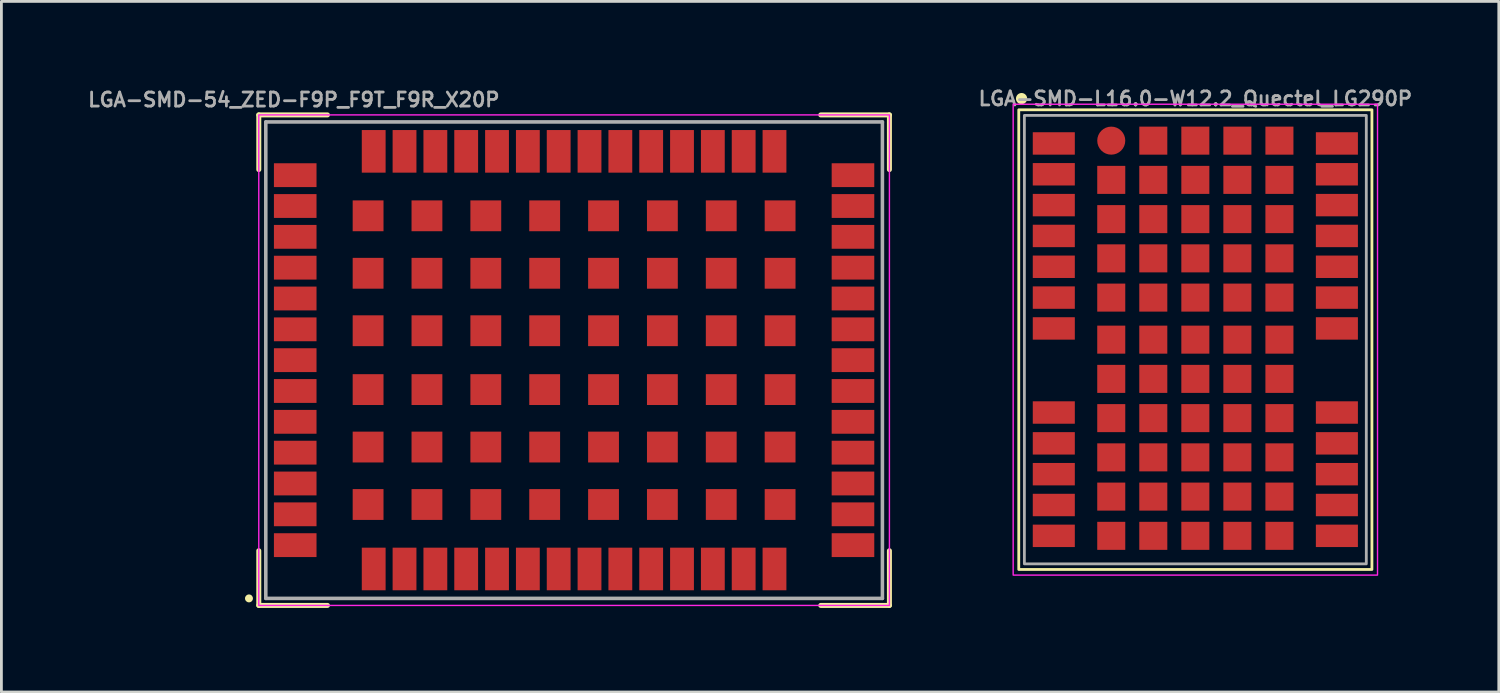
<source format=kicad_pcb>
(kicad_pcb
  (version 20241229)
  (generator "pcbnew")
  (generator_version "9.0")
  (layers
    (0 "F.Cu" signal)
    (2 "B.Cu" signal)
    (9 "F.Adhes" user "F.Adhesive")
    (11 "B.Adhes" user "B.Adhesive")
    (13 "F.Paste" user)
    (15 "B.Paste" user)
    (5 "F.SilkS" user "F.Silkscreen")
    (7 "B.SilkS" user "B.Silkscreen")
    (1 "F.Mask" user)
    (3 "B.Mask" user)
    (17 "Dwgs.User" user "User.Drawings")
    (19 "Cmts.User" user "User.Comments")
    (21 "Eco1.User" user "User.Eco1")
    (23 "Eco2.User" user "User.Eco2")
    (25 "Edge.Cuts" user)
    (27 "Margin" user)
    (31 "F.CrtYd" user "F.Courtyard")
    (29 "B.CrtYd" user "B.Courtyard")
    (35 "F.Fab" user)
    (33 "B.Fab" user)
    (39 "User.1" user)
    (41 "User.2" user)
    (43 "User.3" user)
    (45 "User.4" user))
  (footprint "LGA-SMD-L16.0-W12.2_Quectel_LG290P"
    (layer "F.Cu")
    (at 39.598 9.068)
    (property "Reference" "LGA-SMD-L16.0-W12.2_Quectel_LG290P" (at 0 -8.6 0) (layer "F.Fab") (effects (font (size 0.5 0.5) (thickness 0.1))))
    (attr smd)
    (fp_rect (start -6.3 -8.2) (end 6.3 8.2) (stroke (width 0.1) (type default)) (fill no) (layer "F.SilkS"))
    (fp_circle (center -6.2 -8.6) (end -6.3 -8.6) (stroke (width 0.2) (type solid)) (fill yes) (layer "F.SilkS"))
    (fp_rect (start -6.5 -8.4) (end 6.5 8.4) (stroke (width 0.05) (type default)) (fill no) (layer "F.CrtYd"))
    (fp_rect (start -6.1 -8) (end 6.1 8) (stroke (width 0.1) (type default)) (fill no) (layer "F.Fab"))
    (pad "1" smd rect (at -5.05 -7) (size 1.5 0.8) (layers "F.Cu" "F.Mask" "F.Paste"))
    (pad "2" smd rect (at -5.05 -5.9) (size 1.5 0.8) (layers "F.Cu" "F.Mask" "F.Paste"))
    (pad "3" smd rect (at -5.05 -4.8) (size 1.5 0.8) (layers "F.Cu" "F.Mask" "F.Paste"))
    (pad "4" smd rect (at -5.05 -3.7) (size 1.5 0.8) (layers "F.Cu" "F.Mask" "F.Paste"))
    (pad "5" smd rect (at -5.05 -2.6) (size 1.5 0.8) (layers "F.Cu" "F.Mask" "F.Paste"))
    (pad "6" smd rect (at -5.05 -1.5) (size 1.5 0.8) (layers "F.Cu" "F.Mask" "F.Paste"))
    (pad "7" smd rect (at -5.05 -0.4) (size 1.5 0.8) (layers "F.Cu" "F.Mask" "F.Paste"))
    (pad "8" smd rect (at -5.05 2.6) (size 1.5 0.8) (layers "F.Cu" "F.Mask" "F.Paste"))
    (pad "9" smd rect (at -5.05 3.7) (size 1.5 0.8) (layers "F.Cu" "F.Mask" "F.Paste"))
    (pad "10" smd rect (at -5.05 4.8) (size 1.5 0.8) (layers "F.Cu" "F.Mask" "F.Paste"))
    (pad "11" smd rect (at -5.05 5.9) (size 1.5 0.8) (layers "F.Cu" "F.Mask" "F.Paste"))
    (pad "12" smd rect (at -5.05 7) (size 1.5 0.8) (layers "F.Cu" "F.Mask" "F.Paste"))
    (pad "13" smd rect (at 5.05 7) (size 1.5 0.8) (layers "F.Cu" "F.Mask" "F.Paste"))
    (pad "14" smd rect (at 5.05 5.9) (size 1.5 0.8) (layers "F.Cu" "F.Mask" "F.Paste"))
    (pad "15" smd rect (at 5.05 4.8) (size 1.5 0.8) (layers "F.Cu" "F.Mask" "F.Paste"))
    (pad "16" smd rect (at 5.05 3.7) (size 1.5 0.8) (layers "F.Cu" "F.Mask" "F.Paste"))
    (pad "17" smd rect (at 5.05 2.6) (size 1.5 0.8) (layers "F.Cu" "F.Mask" "F.Paste"))
    (pad "18" smd rect (at 5.05 -0.4) (size 1.5 0.8) (layers "F.Cu" "F.Mask" "F.Paste"))
    (pad "19" smd rect (at 5.05 -1.5) (size 1.5 0.8) (layers "F.Cu" "F.Mask" "F.Paste"))
    (pad "20" smd rect (at 5.05 -2.6) (size 1.5 0.8) (layers "F.Cu" "F.Mask" "F.Paste"))
    (pad "21" smd rect (at 5.05 -3.7) (size 1.5 0.8) (layers "F.Cu" "F.Mask" "F.Paste"))
    (pad "22" smd rect (at 5.05 -4.8) (size 1.5 0.8) (layers "F.Cu" "F.Mask" "F.Paste"))
    (pad "23" smd rect (at 5.05 -5.9) (size 1.5 0.8) (layers "F.Cu" "F.Mask" "F.Paste"))
    (pad "24" smd rect (at 5.05 -7) (size 1.5 0.8) (layers "F.Cu" "F.Mask" "F.Paste"))
    (pad "25" smd circle (at -3 -7.1) (size 1 1) (layers "F.Cu" "F.Mask" "F.Paste"))
    (pad "25" smd rect (at -3 -5.7 180) (size 1 1) (layers "F.Cu" "F.Mask" "F.Paste"))
    (pad "25" smd rect (at -3 -4.3 180) (size 1 1) (layers "F.Cu" "F.Mask" "F.Paste"))
    (pad "25" smd rect (at -3 -2.9 180) (size 1 1) (layers "F.Cu" "F.Mask" "F.Paste"))
    (pad "25" smd rect (at -3 -1.5 180) (size 1 1) (layers "F.Cu" "F.Mask" "F.Paste"))
    (pad "25" smd rect (at -3 0) (size 1 1) (layers "F.Cu" "F.Mask" "F.Paste"))
    (pad "25" smd rect (at -3 1.4) (size 1 1) (layers "F.Cu" "F.Mask" "F.Paste"))
    (pad "25" smd rect (at -3 2.8) (size 1 1) (layers "F.Cu" "F.Mask" "F.Paste"))
    (pad "25" smd rect (at -3 4.2) (size 1 1) (layers "F.Cu" "F.Mask" "F.Paste"))
    (pad "25" smd rect (at -3 5.6) (size 1 1) (layers "F.Cu" "F.Mask" "F.Paste"))
    (pad "25" smd rect (at -3 7) (size 1 1) (layers "F.Cu" "F.Mask" "F.Paste"))
    (pad "25" smd rect (at -1.5 -7.1 180) (size 1 1) (layers "F.Cu" "F.Mask" "F.Paste"))
    (pad "25" smd rect (at -1.5 -5.7 180) (size 1 1) (layers "F.Cu" "F.Mask" "F.Paste"))
    (pad "25" smd rect (at -1.5 -4.3 180) (size 1 1) (layers "F.Cu" "F.Mask" "F.Paste"))
    (pad "25" smd rect (at -1.5 -2.9 180) (size 1 1) (layers "F.Cu" "F.Mask" "F.Paste"))
    (pad "25" smd rect (at -1.5 -1.5 180) (size 1 1) (layers "F.Cu" "F.Mask" "F.Paste"))
    (pad "25" smd rect (at -1.5 0) (size 1 1) (layers "F.Cu" "F.Mask" "F.Paste"))
    (pad "25" smd rect (at -1.5 1.4) (size 1 1) (layers "F.Cu" "F.Mask" "F.Paste"))
    (pad "25" smd rect (at -1.5 2.8) (size 1 1) (layers "F.Cu" "F.Mask" "F.Paste"))
    (pad "25" smd rect (at -1.5 4.2) (size 1 1) (layers "F.Cu" "F.Mask" "F.Paste"))
    (pad "25" smd rect (at -1.5 5.6) (size 1 1) (layers "F.Cu" "F.Mask" "F.Paste"))
    (pad "25" smd rect (at -1.5 7) (size 1 1) (layers "F.Cu" "F.Mask" "F.Paste"))
    (pad "25" smd rect (at 0 -7.1 180) (size 1 1) (layers "F.Cu" "F.Mask" "F.Paste"))
    (pad "25" smd rect (at 0 -5.7 180) (size 1 1) (layers "F.Cu" "F.Mask" "F.Paste"))
    (pad "25" smd rect (at 0 -4.3 180) (size 1 1) (layers "F.Cu" "F.Mask" "F.Paste"))
    (pad "25" smd rect (at 0 -2.9 180) (size 1 1) (layers "F.Cu" "F.Mask" "F.Paste"))
    (pad "25" smd rect (at 0 -1.5 180) (size 1 1) (layers "F.Cu" "F.Mask" "F.Paste"))
    (pad "25" smd rect (at 0 0) (size 1 1) (layers "F.Cu" "F.Mask" "F.Paste"))
    (pad "25" smd rect (at 0 1.4) (size 1 1) (layers "F.Cu" "F.Mask" "F.Paste"))
    (pad "25" smd rect (at 0 2.8) (size 1 1) (layers "F.Cu" "F.Mask" "F.Paste"))
    (pad "25" smd rect (at 0 4.2) (size 1 1) (layers "F.Cu" "F.Mask" "F.Paste"))
    (pad "25" smd rect (at 0 5.6) (size 1 1) (layers "F.Cu" "F.Mask" "F.Paste"))
    (pad "25" smd rect (at 0 7) (size 1 1) (layers "F.Cu" "F.Mask" "F.Paste"))
    (pad "25" smd rect (at 1.5 -7.1 180) (size 1 1) (layers "F.Cu" "F.Mask" "F.Paste"))
    (pad "25" smd rect (at 1.5 -5.7 180) (size 1 1) (layers "F.Cu" "F.Mask" "F.Paste"))
    (pad "25" smd rect (at 1.5 -4.3 180) (size 1 1) (layers "F.Cu" "F.Mask" "F.Paste"))
    (pad "25" smd rect (at 1.5 -2.9 180) (size 1 1) (layers "F.Cu" "F.Mask" "F.Paste"))
    (pad "25" smd rect (at 1.5 -1.5 180) (size 1 1) (layers "F.Cu" "F.Mask" "F.Paste"))
    (pad "25" smd rect (at 1.5 0) (size 1 1) (layers "F.Cu" "F.Mask" "F.Paste"))
    (pad "25" smd rect (at 1.5 1.4) (size 1 1) (layers "F.Cu" "F.Mask" "F.Paste"))
    (pad "25" smd rect (at 1.5 2.8) (size 1 1) (layers "F.Cu" "F.Mask" "F.Paste"))
    (pad "25" smd rect (at 1.5 4.2) (size 1 1) (layers "F.Cu" "F.Mask" "F.Paste"))
    (pad "25" smd rect (at 1.5 5.6) (size 1 1) (layers "F.Cu" "F.Mask" "F.Paste"))
    (pad "25" smd rect (at 1.5 7) (size 1 1) (layers "F.Cu" "F.Mask" "F.Paste"))
    (pad "25" smd rect (at 3 -7.1 180) (size 1 1) (layers "F.Cu" "F.Mask" "F.Paste"))
    (pad "25" smd rect (at 3 -5.7 180) (size 1 1) (layers "F.Cu" "F.Mask" "F.Paste"))
    (pad "25" smd rect (at 3 -4.3 180) (size 1 1) (layers "F.Cu" "F.Mask" "F.Paste"))
    (pad "25" smd rect (at 3 -2.9 180) (size 1 1) (layers "F.Cu" "F.Mask" "F.Paste"))
    (pad "25" smd rect (at 3 -1.5 180) (size 1 1) (layers "F.Cu" "F.Mask" "F.Paste"))
    (pad "25" smd rect (at 3 0) (size 1 1) (layers "F.Cu" "F.Mask" "F.Paste"))
    (pad "25" smd rect (at 3 1.4) (size 1 1) (layers "F.Cu" "F.Mask" "F.Paste"))
    (pad "25" smd rect (at 3 2.8) (size 1 1) (layers "F.Cu" "F.Mask" "F.Paste"))
    (pad "25" smd rect (at 3 4.2) (size 1 1) (layers "F.Cu" "F.Mask" "F.Paste"))
    (pad "25" smd rect (at 3 5.6) (size 1 1) (layers "F.Cu" "F.Mask" "F.Paste"))
    (pad "25" smd rect (at 3 7) (size 1 1) (layers "F.Cu" "F.Mask" "F.Paste")))
  (footprint "LGA-SMD-54_ZED-F9P_F9T_F9R_X20P"
    (layer "F.Cu")
    (at 17.433 9.8)
    (property "Reference" "LGA-SMD-54_ZED-F9P_F9T_F9R_X20P" (at -10 -9 0) (layer "F.Fab") (effects (font (size 0.5 0.5) (thickness 0.1) (bold yes)) (justify bottom)))
    (attr smd)
    (fp_line (start -11.25 -8.75) (end -8.8 -8.75) (stroke (width 0.178) (type solid)) (layer "F.SilkS"))
    (fp_line (start -11.25 -6.8) (end -11.25 -8.75) (stroke (width 0.178) (type solid)) (layer "F.SilkS"))
    (fp_line (start -11.25 8.75) (end -11.25 6.8) (stroke (width 0.178) (type solid)) (layer "F.SilkS"))
    (fp_line (start -8.8 8.75) (end -11.25 8.75) (stroke (width 0.178) (type solid)) (layer "F.SilkS"))
    (fp_line (start 8.8 -8.75) (end 11.25 -8.75) (stroke (width 0.178) (type solid)) (layer "F.SilkS"))
    (fp_line (start 11.25 -8.75) (end 11.25 -6.8) (stroke (width 0.178) (type solid)) (layer "F.SilkS"))
    (fp_line (start 11.25 6.8) (end 11.25 8.75) (stroke (width 0.178) (type solid)) (layer "F.SilkS"))
    (fp_line (start 11.25 8.75) (end 8.8 8.75) (stroke (width 0.178) (type solid)) (layer "F.SilkS"))
    (fp_circle (center -11.6 8.5) (end -11.529 8.5) (stroke (width 0.141) (type solid)) (fill yes) (layer "F.SilkS"))
    (fp_rect (start -11.25 -8.75) (end 11.25 8.75) (stroke (width 0.05) (type default)) (fill no) (layer "F.CrtYd"))
    (fp_line (start -11 -8.5) (end 11 -8.5) (stroke (width 0.127) (type solid)) (layer "F.Fab"))
    (fp_line (start -11 8.5) (end -11 -8.5) (stroke (width 0.127) (type solid)) (layer "F.Fab"))
    (fp_line (start 11 -8.5) (end 11 8.5) (stroke (width 0.127) (type solid)) (layer "F.Fab"))
    (fp_line (start 11 8.5) (end -11 8.5) (stroke (width 0.127) (type solid)) (layer "F.Fab"))
    (pad "1" smd rect (at -7.15 7.45 90) (size 1.52 0.85) (layers "F.Cu" "F.Mask" "F.Paste"))
    (pad "2" smd rect (at -6.05 7.45 90) (size 1.52 0.85) (layers "F.Cu" "F.Mask" "F.Paste"))
    (pad "3" smd rect (at -4.95 7.45 90) (size 1.52 0.85) (layers "F.Cu" "F.Mask" "F.Paste"))
    (pad "4" smd rect (at -3.85 7.45 90) (size 1.52 0.85) (layers "F.Cu" "F.Mask" "F.Paste"))
    (pad "5" smd rect (at -2.75 7.45 90) (size 1.52 0.85) (layers "F.Cu" "F.Mask" "F.Paste"))
    (pad "6" smd rect (at -1.65 7.45 90) (size 1.52 0.85) (layers "F.Cu" "F.Mask" "F.Paste"))
    (pad "7" smd rect (at -0.55 7.45 90) (size 1.52 0.85) (layers "F.Cu" "F.Mask" "F.Paste"))
    (pad "8" smd rect (at 0.55 7.45 90) (size 1.52 0.85) (layers "F.Cu" "F.Mask" "F.Paste"))
    (pad "9" smd rect (at 1.65 7.45 90) (size 1.52 0.85) (layers "F.Cu" "F.Mask" "F.Paste"))
    (pad "10" smd rect (at 2.75 7.45 90) (size 1.52 0.85) (layers "F.Cu" "F.Mask" "F.Paste"))
    (pad "11" smd rect (at 3.85 7.45 90) (size 1.52 0.85) (layers "F.Cu" "F.Mask" "F.Paste"))
    (pad "12" smd rect (at 4.95 7.45 90) (size 1.52 0.85) (layers "F.Cu" "F.Mask" "F.Paste"))
    (pad "13" smd rect (at 6.05 7.45 90) (size 1.52 0.85) (layers "F.Cu" "F.Mask" "F.Paste"))
    (pad "14" smd rect (at 7.15 7.45 90) (size 1.52 0.85) (layers "F.Cu" "F.Mask" "F.Paste"))
    (pad "15" smd rect (at 9.95 6.6) (size 1.52 0.85) (layers "F.Cu" "F.Mask" "F.Paste"))
    (pad "16" smd rect (at 9.95 5.5) (size 1.52 0.85) (layers "F.Cu" "F.Mask" "F.Paste"))
    (pad "17" smd rect (at 9.95 4.4) (size 1.52 0.85) (layers "F.Cu" "F.Mask" "F.Paste"))
    (pad "18" smd rect (at 9.95 3.3) (size 1.52 0.85) (layers "F.Cu" "F.Mask" "F.Paste"))
    (pad "19" smd rect (at 9.95 2.2) (size 1.52 0.85) (layers "F.Cu" "F.Mask" "F.Paste"))
    (pad "20" smd rect (at 9.95 1.1) (size 1.52 0.85) (layers "F.Cu" "F.Mask" "F.Paste"))
    (pad "21" smd rect (at 9.95 0) (size 1.52 0.85) (layers "F.Cu" "F.Mask" "F.Paste"))
    (pad "22" smd rect (at 9.95 -1.1) (size 1.52 0.85) (layers "F.Cu" "F.Mask" "F.Paste"))
    (pad "23" smd rect (at 9.95 -2.2) (size 1.52 0.85) (layers "F.Cu" "F.Mask" "F.Paste"))
    (pad "24" smd rect (at 9.95 -3.3) (size 1.52 0.85) (layers "F.Cu" "F.Mask" "F.Paste"))
    (pad "25" smd rect (at 9.95 -4.4) (size 1.52 0.85) (layers "F.Cu" "F.Mask" "F.Paste"))
    (pad "26" smd rect (at 9.95 -5.5) (size 1.52 0.85) (layers "F.Cu" "F.Mask" "F.Paste"))
    (pad "27" smd rect (at 9.95 -6.6) (size 1.52 0.85) (layers "F.Cu" "F.Mask" "F.Paste"))
    (pad "28" smd rect (at 7.15 -7.45 270) (size 1.52 0.85) (layers "F.Cu" "F.Mask" "F.Paste"))
    (pad "29" smd rect (at 6.05 -7.45 270) (size 1.52 0.85) (layers "F.Cu" "F.Mask" "F.Paste"))
    (pad "30" smd rect (at 4.95 -7.45 270) (size 1.52 0.85) (layers "F.Cu" "F.Mask" "F.Paste"))
    (pad "31" smd rect (at 3.85 -7.45 270) (size 1.52 0.85) (layers "F.Cu" "F.Mask" "F.Paste"))
    (pad "32" smd rect (at 2.75 -7.45 270) (size 1.52 0.85) (layers "F.Cu" "F.Mask" "F.Paste"))
    (pad "33" smd rect (at 1.65 -7.45 270) (size 1.52 0.85) (layers "F.Cu" "F.Mask" "F.Paste"))
    (pad "34" smd rect (at 0.55 -7.45 270) (size 1.52 0.85) (layers "F.Cu" "F.Mask" "F.Paste"))
    (pad "35" smd rect (at -0.55 -7.45 270) (size 1.52 0.85) (layers "F.Cu" "F.Mask" "F.Paste"))
    (pad "36" smd rect (at -1.65 -7.45 270) (size 1.52 0.85) (layers "F.Cu" "F.Mask" "F.Paste"))
    (pad "37" smd rect (at -2.75 -7.45 270) (size 1.52 0.85) (layers "F.Cu" "F.Mask" "F.Paste"))
    (pad "38" smd rect (at -3.85 -7.45 270) (size 1.52 0.85) (layers "F.Cu" "F.Mask" "F.Paste"))
    (pad "39" smd rect (at -4.95 -7.45 270) (size 1.52 0.85) (layers "F.Cu" "F.Mask" "F.Paste"))
    (pad "40" smd rect (at -6.05 -7.45 270) (size 1.52 0.85) (layers "F.Cu" "F.Mask" "F.Paste"))
    (pad "41" smd rect (at -7.15 -7.45 270) (size 1.52 0.85) (layers "F.Cu" "F.Mask" "F.Paste"))
    (pad "42" smd rect (at -9.95 -6.6 180) (size 1.52 0.85) (layers "F.Cu" "F.Mask" "F.Paste"))
    (pad "43" smd rect (at -9.95 -5.5 180) (size 1.52 0.85) (layers "F.Cu" "F.Mask" "F.Paste"))
    (pad "44" smd rect (at -9.95 -4.4 180) (size 1.52 0.85) (layers "F.Cu" "F.Mask" "F.Paste"))
    (pad "45" smd rect (at -9.95 -3.3 180) (size 1.52 0.85) (layers "F.Cu" "F.Mask" "F.Paste"))
    (pad "46" smd rect (at -9.95 -2.2 180) (size 1.52 0.85) (layers "F.Cu" "F.Mask" "F.Paste"))
    (pad "47" smd rect (at -9.95 -1.1 180) (size 1.52 0.85) (layers "F.Cu" "F.Mask" "F.Paste"))
    (pad "48" smd rect (at -9.95 0 180) (size 1.52 0.85) (layers "F.Cu" "F.Mask" "F.Paste"))
    (pad "49" smd rect (at -9.95 1.1 180) (size 1.52 0.85) (layers "F.Cu" "F.Mask" "F.Paste"))
    (pad "50" smd rect (at -9.95 2.2 180) (size 1.52 0.85) (layers "F.Cu" "F.Mask" "F.Paste"))
    (pad "51" smd rect (at -9.95 3.3 180) (size 1.52 0.85) (layers "F.Cu" "F.Mask" "F.Paste"))
    (pad "52" smd rect (at -9.95 4.4 180) (size 1.52 0.85) (layers "F.Cu" "F.Mask" "F.Paste"))
    (pad "53" smd rect (at -9.95 5.5 180) (size 1.52 0.85) (layers "F.Cu" "F.Mask" "F.Paste"))
    (pad "54" smd rect (at -9.95 6.6 180) (size 1.52 0.85) (layers "F.Cu" "F.Mask" "F.Paste"))
    (pad "55" smd rect (at -1.05 1.05) (size 1.1 1.1) (layers "F.Cu" "F.Mask" "F.Paste"))
    (pad "56" smd rect (at -3.15 1.05) (size 1.1 1.1) (layers "F.Cu" "F.Mask" "F.Paste"))
    (pad "57" smd rect (at -5.25 1.05) (size 1.1 1.1) (layers "F.Cu" "F.Mask" "F.Paste"))
    (pad "58" smd rect (at -7.35 1.05) (size 1.1 1.1) (layers "F.Cu" "F.Mask" "F.Paste"))
    (pad "59" smd rect (at -1.05 3.1) (size 1.1 1.1) (layers "F.Cu" "F.Mask" "F.Paste"))
    (pad "60" smd rect (at -3.15 3.1) (size 1.1 1.1) (layers "F.Cu" "F.Mask" "F.Paste"))
    (pad "61" smd rect (at -5.25 3.1) (size 1.1 1.1) (layers "F.Cu" "F.Mask" "F.Paste"))
    (pad "62" smd rect (at -7.35 3.1) (size 1.1 1.1) (layers "F.Cu" "F.Mask" "F.Paste"))
    (pad "63" smd rect (at -1.05 5.15) (size 1.1 1.1) (layers "F.Cu" "F.Mask" "F.Paste"))
    (pad "64" smd rect (at -3.15 5.15) (size 1.1 1.1) (layers "F.Cu" "F.Mask" "F.Paste"))
    (pad "65" smd rect (at -5.25 5.15) (size 1.1 1.1) (layers "F.Cu" "F.Mask" "F.Paste"))
    (pad "66" smd rect (at -7.35 5.15) (size 1.1 1.1) (layers "F.Cu" "F.Mask" "F.Paste"))
    (pad "67" smd rect (at -1.05 -5.15) (size 1.1 1.1) (layers "F.Cu" "F.Mask" "F.Paste"))
    (pad "68" smd rect (at -3.15 -5.15) (size 1.1 1.1) (layers "F.Cu" "F.Mask" "F.Paste"))
    (pad "69" smd rect (at -5.25 -5.15) (size 1.1 1.1) (layers "F.Cu" "F.Mask" "F.Paste"))
    (pad "70" smd rect (at -7.35 -5.15) (size 1.1 1.1) (layers "F.Cu" "F.Mask" "F.Paste"))
    (pad "71" smd rect (at -1.05 -3.1) (size 1.1 1.1) (layers "F.Cu" "F.Mask" "F.Paste"))
    (pad "72" smd rect (at -3.15 -3.1) (size 1.1 1.1) (layers "F.Cu" "F.Mask" "F.Paste"))
    (pad "73" smd rect (at -5.25 -3.1) (size 1.1 1.1) (layers "F.Cu" "F.Mask" "F.Paste"))
    (pad "74" smd rect (at -7.35 -3.1) (size 1.1 1.1) (layers "F.Cu" "F.Mask" "F.Paste"))
    (pad "75" smd rect (at -1.05 -1.05) (size 1.1 1.1) (layers "F.Cu" "F.Mask" "F.Paste"))
    (pad "76" smd rect (at -3.15 -1.05) (size 1.1 1.1) (layers "F.Cu" "F.Mask" "F.Paste"))
    (pad "77" smd rect (at -5.25 -1.05) (size 1.1 1.1) (layers "F.Cu" "F.Mask" "F.Paste"))
    (pad "78" smd rect (at -7.35 -1.05) (size 1.1 1.1) (layers "F.Cu" "F.Mask" "F.Paste"))
    (pad "79" smd rect (at 1.05 -1.05 180) (size 1.1 1.1) (layers "F.Cu" "F.Mask" "F.Paste"))
    (pad "80" smd rect (at 3.15 -1.05 180) (size 1.1 1.1) (layers "F.Cu" "F.Mask" "F.Paste"))
    (pad "81" smd rect (at 5.25 -1.05 180) (size 1.1 1.1) (layers "F.Cu" "F.Mask" "F.Paste"))
    (pad "82" smd rect (at 7.35 -1.05 180) (size 1.1 1.1) (layers "F.Cu" "F.Mask" "F.Paste"))
    (pad "83" smd rect (at 1.05 -3.1 180) (size 1.1 1.1) (layers "F.Cu" "F.Mask" "F.Paste"))
    (pad "84" smd rect (at 3.15 -3.1 180) (size 1.1 1.1) (layers "F.Cu" "F.Mask" "F.Paste"))
    (pad "85" smd rect (at 5.25 -3.1 180) (size 1.1 1.1) (layers "F.Cu" "F.Mask" "F.Paste"))
    (pad "86" smd rect (at 7.35 -3.1 180) (size 1.1 1.1) (layers "F.Cu" "F.Mask" "F.Paste"))
    (pad "87" smd rect (at 1.05 -5.15 180) (size 1.1 1.1) (layers "F.Cu" "F.Mask" "F.Paste"))
    (pad "88" smd rect (at 3.15 -5.15 180) (size 1.1 1.1) (layers "F.Cu" "F.Mask" "F.Paste"))
    (pad "89" smd rect (at 5.25 -5.15 180) (size 1.1 1.1) (layers "F.Cu" "F.Mask" "F.Paste"))
    (pad "90" smd rect (at 7.35 -5.15 180) (size 1.1 1.1) (layers "F.Cu" "F.Mask" "F.Paste"))
    (pad "91" smd rect (at 1.05 5.15 180) (size 1.1 1.1) (layers "F.Cu" "F.Mask" "F.Paste"))
    (pad "92" smd rect (at 3.15 5.15 180) (size 1.1 1.1) (layers "F.Cu" "F.Mask" "F.Paste"))
    (pad "93" smd rect (at 5.25 5.15 180) (size 1.1 1.1) (layers "F.Cu" "F.Mask" "F.Paste"))
    (pad "94" smd rect (at 7.35 5.15 180) (size 1.1 1.1) (layers "F.Cu" "F.Mask" "F.Paste"))
    (pad "95" smd rect (at 1.05 3.1 180) (size 1.1 1.1) (layers "F.Cu" "F.Mask" "F.Paste"))
    (pad "96" smd rect (at 3.15 3.1 180) (size 1.1 1.1) (layers "F.Cu" "F.Mask" "F.Paste"))
    (pad "97" smd rect (at 5.25 3.1 180) (size 1.1 1.1) (layers "F.Cu" "F.Mask" "F.Paste"))
    (pad "98" smd rect (at 7.35 3.1 180) (size 1.1 1.1) (layers "F.Cu" "F.Mask" "F.Paste"))
    (pad "99" smd rect (at 1.05 1.05 180) (size 1.1 1.1) (layers "F.Cu" "F.Mask" "F.Paste"))
    (pad "100" smd rect (at 3.15 1.05 180) (size 1.1 1.1) (layers "F.Cu" "F.Mask" "F.Paste"))
    (pad "101" smd rect (at 5.25 1.05 180) (size 1.1 1.1) (layers "F.Cu" "F.Mask" "F.Paste"))
    (pad "102" smd rect (at 7.35 1.05 180) (size 1.1 1.1) (layers "F.Cu" "F.Mask" "F.Paste")))
  (gr_rect
    (start -3 -3)
    (end 50.425 21.639)
    (stroke (width 0.1) (type default))
    (fill no)
    (layer "Edge.Cuts")))
</source>
